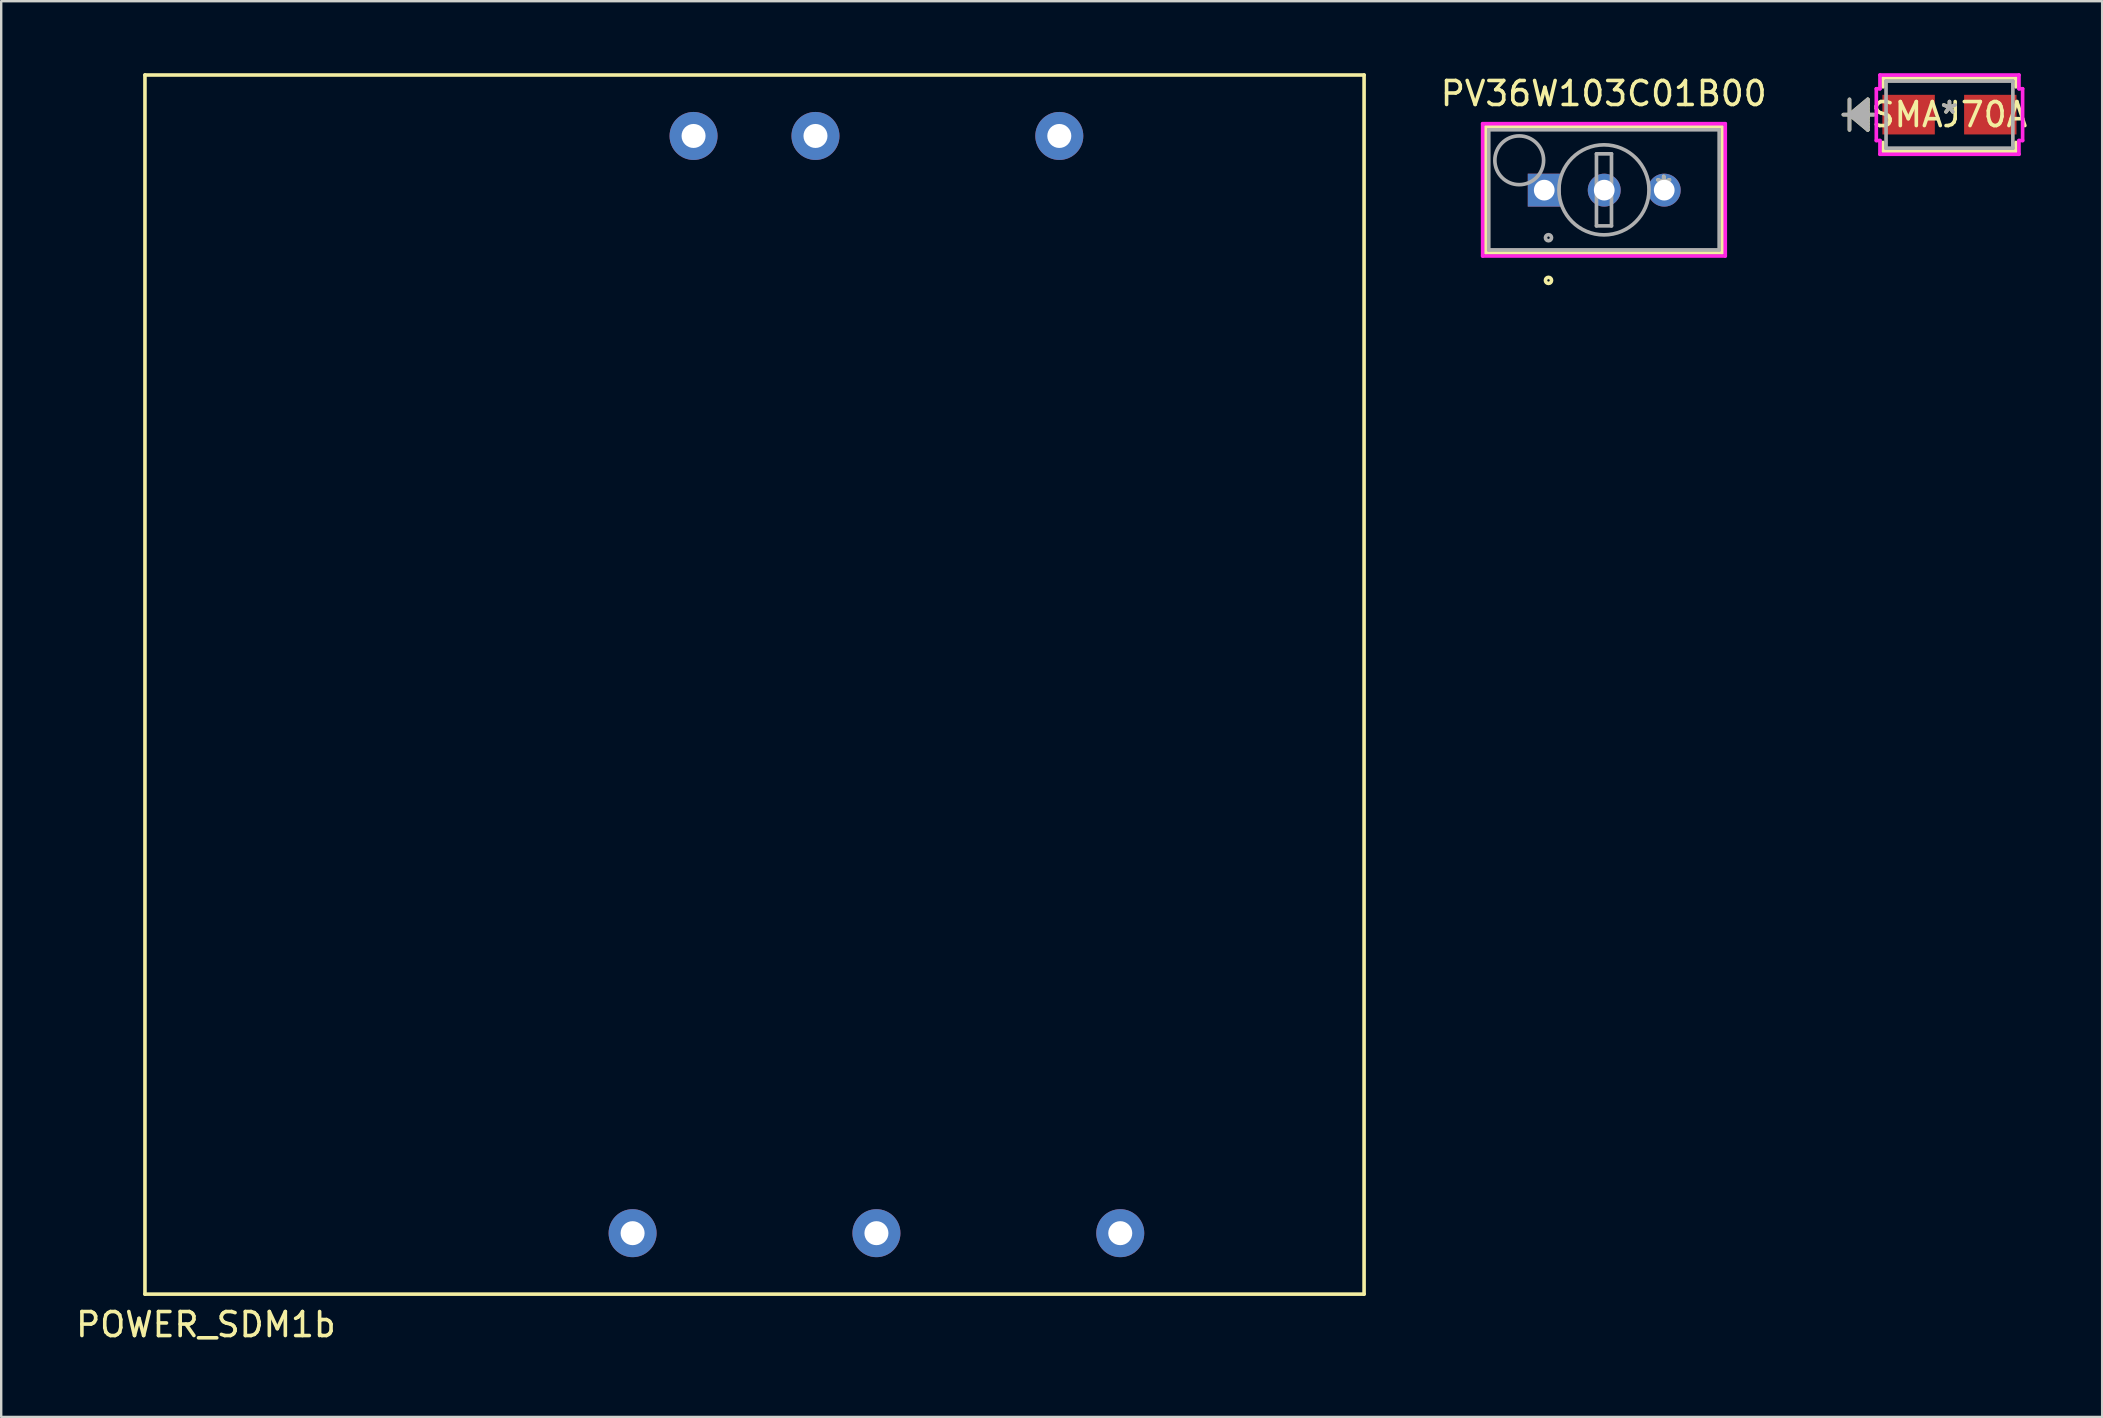
<source format=kicad_pcb>
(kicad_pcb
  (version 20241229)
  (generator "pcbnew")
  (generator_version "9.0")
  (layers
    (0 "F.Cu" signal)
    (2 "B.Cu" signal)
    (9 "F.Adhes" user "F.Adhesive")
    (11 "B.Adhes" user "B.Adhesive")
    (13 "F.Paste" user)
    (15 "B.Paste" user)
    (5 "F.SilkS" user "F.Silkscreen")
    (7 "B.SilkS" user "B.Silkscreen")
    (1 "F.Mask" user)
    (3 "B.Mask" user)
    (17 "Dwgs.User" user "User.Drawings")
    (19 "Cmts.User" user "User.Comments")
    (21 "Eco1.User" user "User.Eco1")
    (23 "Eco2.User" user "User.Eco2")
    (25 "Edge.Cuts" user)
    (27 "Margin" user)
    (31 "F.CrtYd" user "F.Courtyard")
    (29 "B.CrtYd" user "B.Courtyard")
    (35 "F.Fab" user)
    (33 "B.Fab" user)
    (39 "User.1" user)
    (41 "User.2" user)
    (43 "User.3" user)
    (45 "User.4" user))
  (footprint "POWER_SDM1b"
    (layer "F.Cu")
    (at 2.99 50.875)
    (property "Reference" "POWER_SDM1b" (at 2.54 1.27 0) (layer "F.SilkS") (effects (font (size 1 1) (thickness 0.15))))
    (attr through_hole)
    (fp_line (start 0 -50.8) (end 50.8 -50.8) (stroke (width 0.15) (type solid)) (layer "F.SilkS"))
    (fp_line (start 0 0) (end 0 -50.8) (stroke (width 0.15) (type solid)) (layer "F.SilkS"))
    (fp_line (start 50.8 -50.8) (end 50.8 0) (stroke (width 0.15) (type solid)) (layer "F.SilkS"))
    (fp_line (start 50.8 0) (end 0 0) (stroke (width 0.15) (type solid)) (layer "F.SilkS"))
    (pad "1" thru_hole circle (at 22.86 -48.26) (size 2 2) (drill 1) (layers "*.Cu" "*.Mask"))
    (pad "2" thru_hole circle (at 27.94 -48.26) (size 2 2) (drill 1) (layers "*.Cu" "*.Mask"))
    (pad "4" thru_hole circle (at 38.1 -48.26) (size 2 2) (drill 1) (layers "*.Cu" "*.Mask"))
    (pad "6" thru_hole circle (at 20.32 -2.54) (size 2 2) (drill 1) (layers "*.Cu" "*.Mask"))
    (pad "7" thru_hole circle (at 30.48 -2.54) (size 2 2) (drill 1) (layers "*.Cu" "*.Mask"))
    (pad "8" thru_hole circle (at 40.64 -2.54) (size 2 2) (drill 1) (layers "*.Cu" "*.Mask")))
  (footprint "PV36W103C01B00"
    (layer "F.Cu")
    (at 66.275 4.848)
    (property "Reference" "PV36W103C01B00" (at -2.5 -4 0) (layer "F.SilkS") (effects (font (size 1 1) (thickness 0.15))))
    (attr through_hole)
    (fp_line (start -7.417 -2.616) (end -7.417 2.642) (stroke (width 0.152) (type solid)) (layer "F.SilkS"))
    (fp_line (start -7.417 2.642) (end 2.438 2.642) (stroke (width 0.152) (type solid)) (layer "F.SilkS"))
    (fp_line (start 2.438 -2.616) (end -7.417 -2.616) (stroke (width 0.152) (type solid)) (layer "F.SilkS"))
    (fp_line (start 2.438 2.642) (end 2.438 -2.616) (stroke (width 0.152) (type solid)) (layer "F.SilkS"))
    (fp_circle (center -4.801 3.785) (end -4.674 3.785) (stroke (width 0.152) (type solid)) (fill no) (layer "F.SilkS"))
    (fp_line (start -7.544 -2.743) (end 2.565 -2.743) (stroke (width 0.152) (type solid)) (layer "F.CrtYd"))
    (fp_line (start -7.544 2.769) (end -7.544 -2.743) (stroke (width 0.152) (type solid)) (layer "F.CrtYd"))
    (fp_line (start 2.565 -2.743) (end 2.565 2.769) (stroke (width 0.152) (type solid)) (layer "F.CrtYd"))
    (fp_line (start 2.565 2.769) (end -7.544 2.769) (stroke (width 0.152) (type solid)) (layer "F.CrtYd"))
    (fp_line (start -7.29 -2.489) (end -7.29 2.515) (stroke (width 0.152) (type solid)) (layer "F.Fab"))
    (fp_line (start -7.29 2.515) (end 2.311 2.515) (stroke (width 0.152) (type solid)) (layer "F.Fab"))
    (fp_line (start -2.802 -1.488) (end -2.802 1.514) (stroke (width 0.152) (type solid)) (layer "F.Fab"))
    (fp_line (start -2.802 -1.488) (end -2.176 -1.488) (stroke (width 0.152) (type solid)) (layer "F.Fab"))
    (fp_line (start -2.802 1.514) (end -2.176 1.514) (stroke (width 0.152) (type solid)) (layer "F.Fab"))
    (fp_line (start -2.176 -1.488) (end -2.176 1.514) (stroke (width 0.152) (type solid)) (layer "F.Fab"))
    (fp_line (start 2.311 -2.489) (end -7.29 -2.489) (stroke (width 0.152) (type solid)) (layer "F.Fab"))
    (fp_line (start 2.311 2.515) (end 2.311 -2.489) (stroke (width 0.152) (type solid)) (layer "F.Fab"))
    (fp_circle (center -6.02 -1.219) (end -5.004 -1.219) (stroke (width 0.152) (type solid)) (fill no) (layer "F.Fab"))
    (fp_circle (center -4.801 2.007) (end -4.674 2.007) (stroke (width 0.152) (type solid)) (fill no) (layer "F.Fab"))
    (fp_circle (center -2.489 0.013) (end -0.613 0.013) (stroke (width 0.152) (type solid)) (fill no) (layer "F.Fab"))
    (fp_text user "*" (at 0 0 0) (layer "F.SilkS") (effects (font (size 1 1) (thickness 0.15))))
    (fp_text user "Copyright 2016 Accelerated Designs. All rights reserved." (at 0 0 0) (layer "Cmts.User") (effects (font (size 0.127 0.127) (thickness 0.002))))
    (fp_text user "*" (at 0 0 0) (layer "F.Fab") (effects (font (size 1 1) (thickness 0.15))))
    (pad "1" thru_hole rect (at -4.978 0.025) (size 1.372 1.372) (drill 0.864) (layers "*.Cu" "*.Mask"))
    (pad "2" thru_hole circle (at -2.478 0.025) (size 1.372 1.372) (drill 0.864) (layers "*.Cu" "*.Mask"))
    (pad "3" thru_hole circle (at 0.022 0.025) (size 1.372 1.372) (drill 0.864) (layers "*.Cu" "*.Mask")))
  (footprint "SMAJ70A"
    (layer "F.Cu")
    (at 78.182 1.727)
    (property "Reference" "SMAJ70A" (at 0 0 0) (layer "F.SilkS") (effects (font (size 1 1) (thickness 0.15))))
    (attr through_hole)
    (fp_line (start -4.166 -0.635) (end -4.166 0.635) (stroke (width 0.152) (type solid)) (layer "F.SilkS"))
    (fp_line (start -4.166 0) (end -3.404 -0.635) (stroke (width 0.152) (type solid)) (layer "F.SilkS"))
    (fp_line (start -4.166 0) (end -3.404 -0.508) (stroke (width 0.152) (type solid)) (layer "F.SilkS"))
    (fp_line (start -4.166 0) (end -3.404 -0.381) (stroke (width 0.152) (type solid)) (layer "F.SilkS"))
    (fp_line (start -4.166 0) (end -3.404 -0.254) (stroke (width 0.152) (type solid)) (layer "F.SilkS"))
    (fp_line (start -4.166 0) (end -3.404 -0.127) (stroke (width 0.152) (type solid)) (layer "F.SilkS"))
    (fp_line (start -4.166 0) (end -3.404 0.127) (stroke (width 0.152) (type solid)) (layer "F.SilkS"))
    (fp_line (start -4.166 0) (end -3.404 0.254) (stroke (width 0.152) (type solid)) (layer "F.SilkS"))
    (fp_line (start -4.166 0) (end -3.404 0.381) (stroke (width 0.152) (type solid)) (layer "F.SilkS"))
    (fp_line (start -4.166 0) (end -3.404 0.508) (stroke (width 0.152) (type solid)) (layer "F.SilkS"))
    (fp_line (start -4.166 0) (end -3.404 0.635) (stroke (width 0.152) (type solid)) (layer "F.SilkS"))
    (fp_line (start -3.404 -0.635) (end -3.404 0.635) (stroke (width 0.152) (type solid)) (layer "F.SilkS"))
    (fp_line (start -3.15 0) (end -4.42 0) (stroke (width 0.152) (type solid)) (layer "F.SilkS"))
    (fp_line (start -2.769 -1.524) (end -2.769 -1.158) (stroke (width 0.152) (type solid)) (layer "F.SilkS"))
    (fp_line (start -2.769 1.158) (end -2.769 1.524) (stroke (width 0.152) (type solid)) (layer "F.SilkS"))
    (fp_line (start -2.769 1.524) (end 2.769 1.524) (stroke (width 0.152) (type solid)) (layer "F.SilkS"))
    (fp_line (start 2.769 -1.524) (end -2.769 -1.524) (stroke (width 0.152) (type solid)) (layer "F.SilkS"))
    (fp_line (start 2.769 -1.158) (end 2.769 -1.524) (stroke (width 0.152) (type solid)) (layer "F.SilkS"))
    (fp_line (start 2.769 1.524) (end 2.769 1.158) (stroke (width 0.152) (type solid)) (layer "F.SilkS"))
    (fp_line (start -3.048 -1.079) (end -2.896 -1.079) (stroke (width 0.152) (type solid)) (layer "F.CrtYd"))
    (fp_line (start -3.048 1.079) (end -3.048 -1.079) (stroke (width 0.152) (type solid)) (layer "F.CrtYd"))
    (fp_line (start -2.896 -1.651) (end 2.896 -1.651) (stroke (width 0.152) (type solid)) (layer "F.CrtYd"))
    (fp_line (start -2.896 -1.079) (end -2.896 -1.651) (stroke (width 0.152) (type solid)) (layer "F.CrtYd"))
    (fp_line (start -2.896 1.079) (end -3.048 1.079) (stroke (width 0.152) (type solid)) (layer "F.CrtYd"))
    (fp_line (start -2.896 1.651) (end -2.896 1.079) (stroke (width 0.152) (type solid)) (layer "F.CrtYd"))
    (fp_line (start 2.896 -1.651) (end 2.896 -1.079) (stroke (width 0.152) (type solid)) (layer "F.CrtYd"))
    (fp_line (start 2.896 -1.079) (end 3.048 -1.079) (stroke (width 0.152) (type solid)) (layer "F.CrtYd"))
    (fp_line (start 2.896 1.079) (end 2.896 1.651) (stroke (width 0.152) (type solid)) (layer "F.CrtYd"))
    (fp_line (start 2.896 1.651) (end -2.896 1.651) (stroke (width 0.152) (type solid)) (layer "F.CrtYd"))
    (fp_line (start 3.048 -1.079) (end 3.048 1.079) (stroke (width 0.152) (type solid)) (layer "F.CrtYd"))
    (fp_line (start 3.048 1.079) (end 2.896 1.079) (stroke (width 0.152) (type solid)) (layer "F.CrtYd"))
    (fp_line (start -4.166 -0.635) (end -4.166 0.635) (stroke (width 0.152) (type solid)) (layer "F.Fab"))
    (fp_line (start -4.166 0) (end -3.404 -0.635) (stroke (width 0.152) (type solid)) (layer "F.Fab"))
    (fp_line (start -4.166 0) (end -3.404 -0.508) (stroke (width 0.152) (type solid)) (layer "F.Fab"))
    (fp_line (start -4.166 0) (end -3.404 -0.381) (stroke (width 0.152) (type solid)) (layer "F.Fab"))
    (fp_line (start -4.166 0) (end -3.404 -0.254) (stroke (width 0.152) (type solid)) (layer "F.Fab"))
    (fp_line (start -4.166 0) (end -3.404 -0.127) (stroke (width 0.152) (type solid)) (layer "F.Fab"))
    (fp_line (start -4.166 0) (end -3.404 0.127) (stroke (width 0.152) (type solid)) (layer "F.Fab"))
    (fp_line (start -4.166 0) (end -3.404 0.254) (stroke (width 0.152) (type solid)) (layer "F.Fab"))
    (fp_line (start -4.166 0) (end -3.404 0.381) (stroke (width 0.152) (type solid)) (layer "F.Fab"))
    (fp_line (start -4.166 0) (end -3.404 0.508) (stroke (width 0.152) (type solid)) (layer "F.Fab"))
    (fp_line (start -4.166 0) (end -3.404 0.635) (stroke (width 0.152) (type solid)) (layer "F.Fab"))
    (fp_line (start -3.404 -0.635) (end -3.404 0.635) (stroke (width 0.152) (type solid)) (layer "F.Fab"))
    (fp_line (start -3.15 0) (end -4.42 0) (stroke (width 0.152) (type solid)) (layer "F.Fab"))
    (fp_line (start -2.642 -1.397) (end -2.642 1.397) (stroke (width 0.152) (type solid)) (layer "F.Fab"))
    (fp_line (start -2.642 1.397) (end 2.642 1.397) (stroke (width 0.152) (type solid)) (layer "F.Fab"))
    (fp_line (start 2.642 -1.397) (end -2.642 -1.397) (stroke (width 0.152) (type solid)) (layer "F.Fab"))
    (fp_line (start 2.642 1.397) (end 2.642 -1.397) (stroke (width 0.152) (type solid)) (layer "F.Fab"))
    (fp_text user "*" (at 0 0 0) (layer "F.SilkS") (effects (font (size 1 1) (thickness 0.15))))
    (fp_text user "Copyright 2016 Accelerated Designs. All rights reserved." (at 0 0 0) (layer "Cmts.User") (effects (font (size 0.127 0.127) (thickness 0.002))))
    (fp_text user "*" (at 0 0 0) (layer "F.Fab") (effects (font (size 1 1) (thickness 0.15))))
    (pad "1" smd rect (at -1.702 0 90) (size 1.651 2.184) (layers "F.Cu" "F.Mask" "F.Paste"))
    (pad "2" smd rect (at 1.702 0 90) (size 1.651 2.184) (layers "F.Cu" "F.Mask" "F.Paste")))
  (gr_rect
    (start -3 -3)
    (end 84.545 55.993)
    (stroke (width 0.1) (type default))
    (fill no)
    (layer "Edge.Cuts")))
</source>
